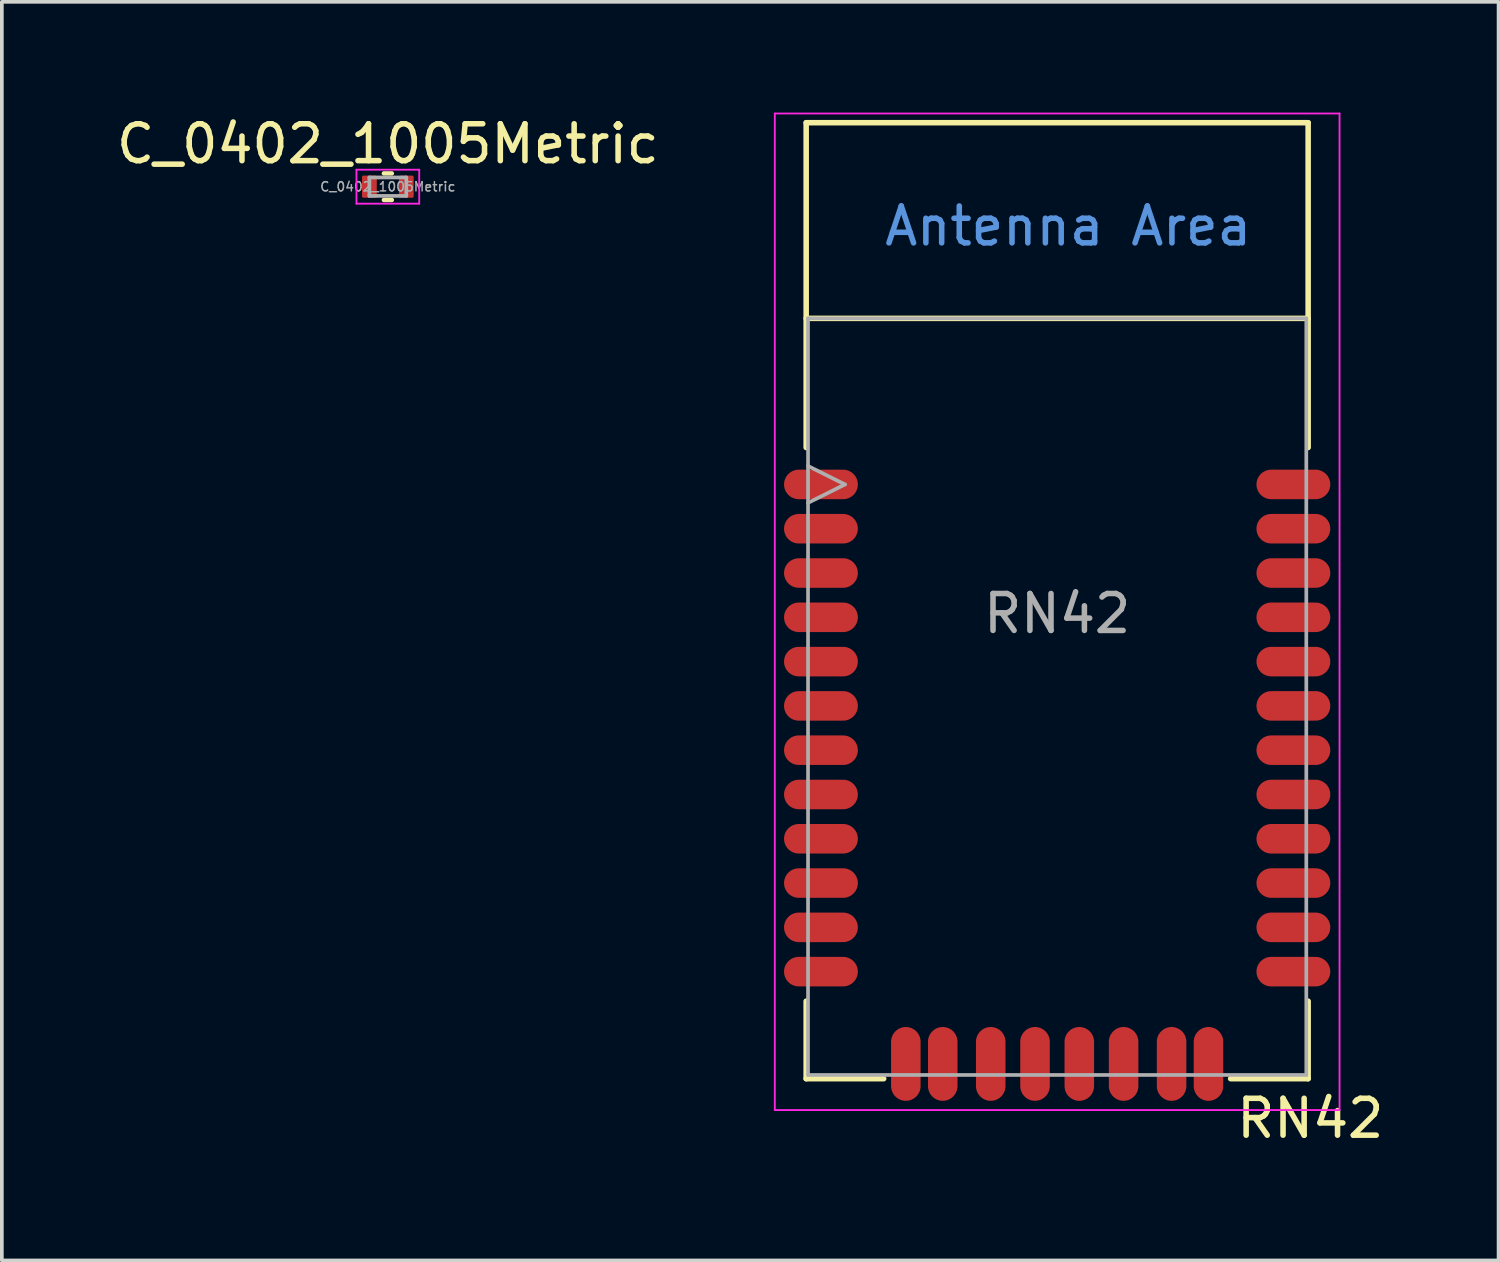
<source format=kicad_pcb>
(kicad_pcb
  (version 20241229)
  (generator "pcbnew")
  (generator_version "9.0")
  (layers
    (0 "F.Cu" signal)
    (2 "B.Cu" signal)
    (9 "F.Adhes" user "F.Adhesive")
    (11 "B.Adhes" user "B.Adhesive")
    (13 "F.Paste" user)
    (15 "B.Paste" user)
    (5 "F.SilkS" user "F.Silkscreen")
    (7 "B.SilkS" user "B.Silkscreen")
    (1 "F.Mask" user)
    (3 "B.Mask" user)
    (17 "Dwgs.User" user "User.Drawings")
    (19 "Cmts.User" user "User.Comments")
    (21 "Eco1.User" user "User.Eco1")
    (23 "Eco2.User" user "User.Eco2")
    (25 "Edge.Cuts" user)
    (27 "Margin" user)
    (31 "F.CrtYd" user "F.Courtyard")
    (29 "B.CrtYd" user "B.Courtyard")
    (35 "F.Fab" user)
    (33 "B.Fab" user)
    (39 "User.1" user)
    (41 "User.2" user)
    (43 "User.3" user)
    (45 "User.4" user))
  (footprint "RN42"
    (layer "F.Cu")
    (at 25.592 16.075)
    (property "Reference" "RN42" (at 6.858 11.176 0) (layer "F.SilkS") (effects (font (size 1 1) (thickness 0.15))))
    (attr smd)
    (fp_line (start -6.8 -15.8) (end 6.8 -15.8) (stroke (width 0.15) (type solid)) (layer "F.SilkS"))
    (fp_line (start -6.8 -10.5) (end 6.8 -10.5) (stroke (width 0.15) (type solid)) (layer "F.SilkS"))
    (fp_line (start -6.8 -7) (end -6.8 -15.8) (stroke (width 0.15) (type solid)) (layer "F.SilkS"))
    (fp_line (start -6.8 10.1) (end -6.8 8) (stroke (width 0.15) (type solid)) (layer "F.SilkS"))
    (fp_line (start -4.7 10.1) (end -6.8 10.1) (stroke (width 0.15) (type solid)) (layer "F.SilkS"))
    (fp_line (start 4.7 10.1) (end 6.8 10.1) (stroke (width 0.15) (type solid)) (layer "F.SilkS"))
    (fp_line (start 6.8 -15.8) (end 6.8 -7) (stroke (width 0.15) (type solid)) (layer "F.SilkS"))
    (fp_line (start 6.8 10.1) (end 6.8 8) (stroke (width 0.15) (type solid)) (layer "F.SilkS"))
    (fp_line (start -7.65 -16.05) (end 7.65 -16.05) (stroke (width 0.05) (type solid)) (layer "F.CrtYd"))
    (fp_line (start -7.65 10.95) (end -7.65 -16.05) (stroke (width 0.05) (type solid)) (layer "F.CrtYd"))
    (fp_line (start 7.65 -16.05) (end 7.65 10.95) (stroke (width 0.05) (type solid)) (layer "F.CrtYd"))
    (fp_line (start 7.65 10.95) (end -7.65 10.95) (stroke (width 0.05) (type solid)) (layer "F.CrtYd"))
    (fp_line (start -6.75 -10.5) (end 6.75 -10.5) (stroke (width 0.1) (type solid)) (layer "F.Fab"))
    (fp_line (start -6.75 -6.5) (end -5.75 -6) (stroke (width 0.1) (type solid)) (layer "F.Fab"))
    (fp_line (start -6.75 10) (end -6.75 -10.5) (stroke (width 0.1) (type solid)) (layer "F.Fab"))
    (fp_line (start -5.75 -6) (end -6.75 -5.5) (stroke (width 0.1) (type solid)) (layer "F.Fab"))
    (fp_line (start 6.75 -10.5) (end 6.75 10) (stroke (width 0.1) (type solid)) (layer "F.Fab"))
    (fp_line (start 6.75 10) (end -6.75 10) (stroke (width 0.1) (type solid)) (layer "F.Fab"))
    (fp_text user "Antenna Area" (at 0.3 -13 0) (layer "Cmts.User") (effects (font (size 1 1) (thickness 0.15))))
    (fp_text user "${REFERENCE}" (at 0 -2.5 0) (layer "F.Fab") (effects (font (size 1 1) (thickness 0.15))))
    (pad "1" smd oval (at -6.4 -6) (size 2 0.8) (layers "F.Cu" "F.Mask" "F.Paste"))
    (pad "2" smd oval (at -6.4 -4.8) (size 2 0.8) (layers "F.Cu" "F.Mask" "F.Paste"))
    (pad "3" smd oval (at -6.4 -3.6) (size 2 0.8) (layers "F.Cu" "F.Mask" "F.Paste"))
    (pad "4" smd oval (at -6.4 -2.4) (size 2 0.8) (layers "F.Cu" "F.Mask" "F.Paste"))
    (pad "5" smd oval (at -6.4 -1.2) (size 2 0.8) (layers "F.Cu" "F.Mask" "F.Paste"))
    (pad "6" smd oval (at -6.4 0) (size 2 0.8) (layers "F.Cu" "F.Mask" "F.Paste"))
    (pad "7" smd oval (at -6.4 1.2) (size 2 0.8) (layers "F.Cu" "F.Mask" "F.Paste"))
    (pad "8" smd oval (at -6.4 2.4) (size 2 0.8) (layers "F.Cu" "F.Mask" "F.Paste"))
    (pad "9" smd oval (at -6.4 3.6) (size 2 0.8) (layers "F.Cu" "F.Mask" "F.Paste"))
    (pad "10" smd oval (at -6.4 4.8) (size 2 0.8) (layers "F.Cu" "F.Mask" "F.Paste"))
    (pad "11" smd oval (at -6.4 6) (size 2 0.8) (layers "F.Cu" "F.Mask" "F.Paste"))
    (pad "12" smd oval (at -6.4 7.2) (size 2 0.8) (layers "F.Cu" "F.Mask" "F.Paste"))
    (pad "13" smd oval (at 6.4 7.2) (size 2 0.8) (layers "F.Cu" "F.Mask" "F.Paste"))
    (pad "14" smd oval (at 6.4 6) (size 2 0.8) (layers "F.Cu" "F.Mask" "F.Paste"))
    (pad "15" smd oval (at 6.4 4.8) (size 2 0.8) (layers "F.Cu" "F.Mask" "F.Paste"))
    (pad "16" smd oval (at 6.4 3.6) (size 2 0.8) (layers "F.Cu" "F.Mask" "F.Paste"))
    (pad "17" smd oval (at 6.4 2.4) (size 2 0.8) (layers "F.Cu" "F.Mask" "F.Paste"))
    (pad "18" smd oval (at 6.4 1.2) (size 2 0.8) (layers "F.Cu" "F.Mask" "F.Paste"))
    (pad "19" smd oval (at 6.4 0) (size 2 0.8) (layers "F.Cu" "F.Mask" "F.Paste"))
    (pad "20" smd oval (at 6.4 -1.2) (size 2 0.8) (layers "F.Cu" "F.Mask" "F.Paste"))
    (pad "21" smd oval (at 6.4 -2.4) (size 2 0.8) (layers "F.Cu" "F.Mask" "F.Paste"))
    (pad "22" smd oval (at 6.4 -3.6) (size 2 0.8) (layers "F.Cu" "F.Mask" "F.Paste"))
    (pad "23" smd oval (at 6.4 -4.8) (size 2 0.8) (layers "F.Cu" "F.Mask" "F.Paste"))
    (pad "24" smd oval (at 6.4 -6) (size 2 0.8) (layers "F.Cu" "F.Mask" "F.Paste"))
    (pad "28" smd oval (at 3.1 9.7 90) (size 2 0.8) (layers "F.Cu" "F.Mask" "F.Paste"))
    (pad "29" smd oval (at -3.1 9.7 90) (size 2 0.8) (layers "F.Cu" "F.Mask" "F.Paste"))
    (pad "30" smd oval (at 4.1 9.7 90) (size 2 0.8) (layers "F.Cu" "F.Mask" "F.Paste"))
    (pad "31" smd oval (at 1.8 9.7 90) (size 2 0.8) (layers "F.Cu" "F.Mask" "F.Paste"))
    (pad "32" smd oval (at 0.6 9.7 90) (size 2 0.8) (layers "F.Cu" "F.Mask" "F.Paste"))
    (pad "33" smd oval (at -0.6 9.7 90) (size 2 0.8) (layers "F.Cu" "F.Mask" "F.Paste"))
    (pad "34" smd oval (at -1.8 9.7 90) (size 2 0.8) (layers "F.Cu" "F.Mask" "F.Paste"))
    (pad "35" smd oval (at -4.1 9.7 90) (size 2 0.8) (layers "F.Cu" "F.Mask" "F.Paste")))
  (footprint "C_0402_1005Metric"
    (layer "F.Cu")
    (at 7.458 2.008)
    (property "Reference" "C_0402_1005Metric" (at 0 -1.16 0) (layer "F.SilkS") (effects (font (size 1 1) (thickness 0.15))))
    (attr smd)
    (fp_line (start -0.108 -0.36) (end 0.108 -0.36) (stroke (width 0.12) (type solid)) (layer "F.SilkS"))
    (fp_line (start -0.108 0.36) (end 0.108 0.36) (stroke (width 0.12) (type solid)) (layer "F.SilkS"))
    (fp_line (start -0.85 -0.46) (end 0.85 -0.46) (stroke (width 0.05) (type solid)) (layer "F.CrtYd"))
    (fp_line (start -0.85 0.46) (end -0.85 -0.46) (stroke (width 0.05) (type solid)) (layer "F.CrtYd"))
    (fp_line (start 0.85 -0.46) (end 0.85 0.46) (stroke (width 0.05) (type solid)) (layer "F.CrtYd"))
    (fp_line (start 0.85 0.46) (end -0.85 0.46) (stroke (width 0.05) (type solid)) (layer "F.CrtYd"))
    (fp_line (start -0.5 -0.25) (end 0.5 -0.25) (stroke (width 0.1) (type solid)) (layer "F.Fab"))
    (fp_line (start -0.5 0.25) (end -0.5 -0.25) (stroke (width 0.1) (type solid)) (layer "F.Fab"))
    (fp_line (start 0.5 -0.25) (end 0.5 0.25) (stroke (width 0.1) (type solid)) (layer "F.Fab"))
    (fp_line (start 0.5 0.25) (end -0.5 0.25) (stroke (width 0.1) (type solid)) (layer "F.Fab"))
    (fp_text user "${REFERENCE}" (at 0 0 0) (layer "F.Fab") (effects (font (size 0.25 0.25) (thickness 0.04))))
    (pad "1" smd roundrect (at -0.5 0) (size 0.4 0.6) (layers "F.Cu" "F.Mask" "F.Paste") (roundrect_rratio 0.1))
    (pad "2" smd roundrect (at 0.5 0) (size 0.4 0.6) (layers "F.Cu" "F.Mask" "F.Paste") (roundrect_rratio 0.1)))
  (gr_rect
    (start -3 -3)
    (end 37.551 31.099)
    (stroke (width 0.1) (type default))
    (fill no)
    (layer "Edge.Cuts")))
</source>
